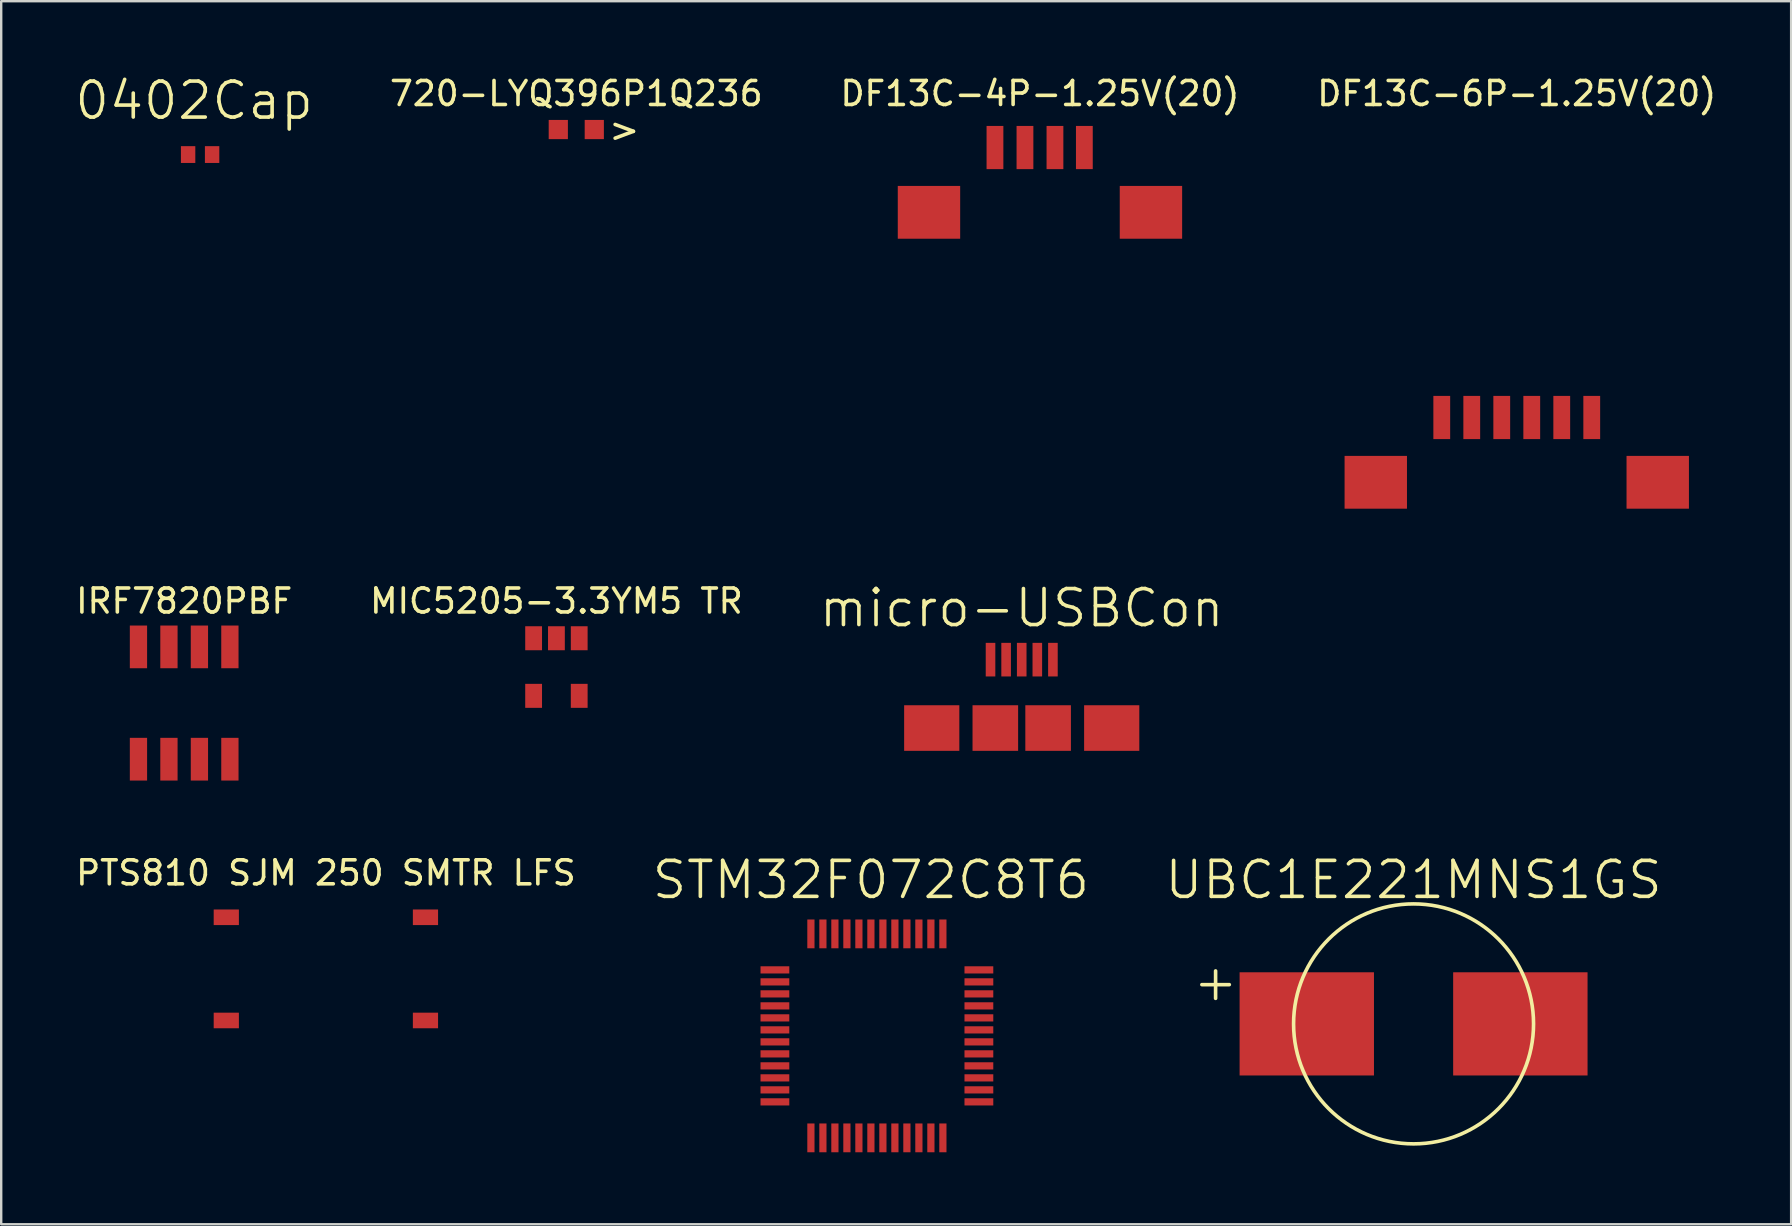
<source format=kicad_pcb>
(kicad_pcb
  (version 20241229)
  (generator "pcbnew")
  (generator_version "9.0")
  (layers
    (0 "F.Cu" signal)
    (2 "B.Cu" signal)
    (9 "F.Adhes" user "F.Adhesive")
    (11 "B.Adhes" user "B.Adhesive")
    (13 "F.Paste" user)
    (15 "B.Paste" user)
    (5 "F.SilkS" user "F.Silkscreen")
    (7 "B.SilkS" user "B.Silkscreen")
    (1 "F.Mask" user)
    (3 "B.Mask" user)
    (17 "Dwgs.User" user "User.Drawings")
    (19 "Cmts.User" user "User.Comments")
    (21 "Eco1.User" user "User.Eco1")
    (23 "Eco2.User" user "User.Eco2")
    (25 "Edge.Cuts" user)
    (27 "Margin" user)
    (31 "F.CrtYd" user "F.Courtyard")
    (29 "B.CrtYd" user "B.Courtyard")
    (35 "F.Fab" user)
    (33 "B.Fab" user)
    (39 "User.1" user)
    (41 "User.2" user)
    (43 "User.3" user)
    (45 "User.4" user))
  (footprint "STM32F072C8T6"
    (layer "F.Cu")
    (at 33.492 40.117)
    (property "Reference" "STM32F072C8T6" (at -0.25 -6.5 0) (layer "F.SilkS") (effects (font (size 1.5 1.5) (thickness 0.15))))
    (attr through_hole)
    (pad "1" smd rect (at -4.25 -2.75) (size 1.2 0.3) (layers "F.Cu" "F.Mask" "F.Paste"))
    (pad "2" smd rect (at -4.25 -2.25) (size 1.2 0.3) (layers "F.Cu" "F.Mask" "F.Paste"))
    (pad "3" smd rect (at -4.25 -1.75) (size 1.2 0.3) (layers "F.Cu" "F.Mask" "F.Paste"))
    (pad "4" smd rect (at -4.25 -1.25) (size 1.2 0.3) (layers "F.Cu" "F.Mask" "F.Paste"))
    (pad "5" smd rect (at -4.25 -0.75) (size 1.2 0.3) (layers "F.Cu" "F.Mask" "F.Paste"))
    (pad "6" smd rect (at -4.25 -0.25) (size 1.2 0.3) (layers "F.Cu" "F.Mask" "F.Paste"))
    (pad "7" smd rect (at -4.25 0.25) (size 1.2 0.3) (layers "F.Cu" "F.Mask" "F.Paste"))
    (pad "8" smd rect (at -4.25 0.75) (size 1.2 0.3) (layers "F.Cu" "F.Mask" "F.Paste"))
    (pad "9" smd rect (at -4.25 1.25) (size 1.2 0.3) (layers "F.Cu" "F.Mask" "F.Paste"))
    (pad "10" smd rect (at -4.25 1.75) (size 1.2 0.3) (layers "F.Cu" "F.Mask" "F.Paste"))
    (pad "11" smd rect (at -4.25 2.25) (size 1.2 0.3) (layers "F.Cu" "F.Mask" "F.Paste"))
    (pad "12" smd rect (at -4.25 2.75) (size 1.2 0.3) (layers "F.Cu" "F.Mask" "F.Paste"))
    (pad "13" smd rect (at -2.75 4.25) (size 0.3 1.2) (layers "F.Cu" "F.Mask" "F.Paste"))
    (pad "14" smd rect (at -2.25 4.25) (size 0.3 1.2) (layers "F.Cu" "F.Mask" "F.Paste"))
    (pad "15" smd rect (at -1.75 4.25) (size 0.3 1.2) (layers "F.Cu" "F.Mask" "F.Paste"))
    (pad "16" smd rect (at -1.25 4.25) (size 0.3 1.2) (layers "F.Cu" "F.Mask" "F.Paste"))
    (pad "17" smd rect (at -0.75 4.25) (size 0.3 1.2) (layers "F.Cu" "F.Mask" "F.Paste"))
    (pad "18" smd rect (at -0.25 4.25) (size 0.3 1.2) (layers "F.Cu" "F.Mask" "F.Paste"))
    (pad "19" smd rect (at 0.25 4.25) (size 0.3 1.2) (layers "F.Cu" "F.Mask" "F.Paste"))
    (pad "20" smd rect (at 0.75 4.25) (size 0.3 1.2) (layers "F.Cu" "F.Mask" "F.Paste"))
    (pad "21" smd rect (at 1.25 4.25) (size 0.3 1.2) (layers "F.Cu" "F.Mask" "F.Paste"))
    (pad "22" smd rect (at 1.75 4.25) (size 0.3 1.2) (layers "F.Cu" "F.Mask" "F.Paste"))
    (pad "23" smd rect (at 2.25 4.25) (size 0.3 1.2) (layers "F.Cu" "F.Mask" "F.Paste"))
    (pad "24" smd rect (at 2.75 4.25) (size 0.3 1.2) (layers "F.Cu" "F.Mask" "F.Paste"))
    (pad "25" smd rect (at 4.25 2.75) (size 1.2 0.3) (layers "F.Cu" "F.Mask" "F.Paste"))
    (pad "26" smd rect (at 4.25 2.25) (size 1.2 0.3) (layers "F.Cu" "F.Mask" "F.Paste"))
    (pad "27" smd rect (at 4.25 1.75) (size 1.2 0.3) (layers "F.Cu" "F.Mask" "F.Paste"))
    (pad "28" smd rect (at 4.25 1.25) (size 1.2 0.3) (layers "F.Cu" "F.Mask" "F.Paste"))
    (pad "29" smd rect (at 4.25 0.75) (size 1.2 0.3) (layers "F.Cu" "F.Mask" "F.Paste"))
    (pad "30" smd rect (at 4.25 0.25) (size 1.2 0.3) (layers "F.Cu" "F.Mask" "F.Paste"))
    (pad "31" smd rect (at 4.25 -0.25) (size 1.2 0.3) (layers "F.Cu" "F.Mask" "F.Paste"))
    (pad "32" smd rect (at 4.25 -0.75) (size 1.2 0.3) (layers "F.Cu" "F.Mask" "F.Paste"))
    (pad "33" smd rect (at 4.25 -1.25) (size 1.2 0.3) (layers "F.Cu" "F.Mask" "F.Paste"))
    (pad "34" smd rect (at 4.25 -1.75) (size 1.2 0.3) (layers "F.Cu" "F.Mask" "F.Paste"))
    (pad "35" smd rect (at 4.25 -2.25) (size 1.2 0.3) (layers "F.Cu" "F.Mask" "F.Paste"))
    (pad "36" smd rect (at 4.25 -2.75) (size 1.2 0.3) (layers "F.Cu" "F.Mask" "F.Paste"))
    (pad "37" smd rect (at 2.75 -4.25) (size 0.3 1.2) (layers "F.Cu" "F.Mask" "F.Paste"))
    (pad "38" smd rect (at 2.25 -4.25) (size 0.3 1.2) (layers "F.Cu" "F.Mask" "F.Paste"))
    (pad "39" smd rect (at 1.75 -4.25) (size 0.3 1.2) (layers "F.Cu" "F.Mask" "F.Paste"))
    (pad "40" smd rect (at 1.25 -4.25) (size 0.3 1.2) (layers "F.Cu" "F.Mask" "F.Paste"))
    (pad "41" smd rect (at 0.75 -4.25) (size 0.3 1.2) (layers "F.Cu" "F.Mask" "F.Paste"))
    (pad "42" smd rect (at 0.25 -4.25) (size 0.3 1.2) (layers "F.Cu" "F.Mask" "F.Paste"))
    (pad "43" smd rect (at -0.25 -4.25) (size 0.3 1.2) (layers "F.Cu" "F.Mask" "F.Paste"))
    (pad "44" smd rect (at -0.75 -4.25) (size 0.3 1.2) (layers "F.Cu" "F.Mask" "F.Paste"))
    (pad "45" smd rect (at -1.25 -4.25) (size 0.3 1.2) (layers "F.Cu" "F.Mask" "F.Paste"))
    (pad "46" smd rect (at -1.75 -4.25) (size 0.3 1.2) (layers "F.Cu" "F.Mask" "F.Paste"))
    (pad "47" smd rect (at -2.25 -4.25) (size 0.3 1.2) (layers "F.Cu" "F.Mask" "F.Paste"))
    (pad "48" smd rect (at -2.75 -4.25) (size 0.3 1.2) (layers "F.Cu" "F.Mask" "F.Paste")))
  (footprint "micro-USBCon"
    (layer "F.Cu")
    (at 39.527 27.289)
    (property "Reference" "micro-USBCon" (at 0 -5 0) (layer "F.SilkS") (effects (font (size 1.5 1.5) (thickness 0.15))))
    (attr through_hole)
    (pad "1" smd rect (at -1.3 -2.85) (size 0.4 1.4) (layers "F.Cu" "F.Mask" "F.Paste"))
    (pad "2" smd rect (at -0.65 -2.85) (size 0.4 1.4) (layers "F.Cu" "F.Mask" "F.Paste"))
    (pad "3" smd rect (at 0 -2.85) (size 0.4 1.4) (layers "F.Cu" "F.Mask" "F.Paste"))
    (pad "4" smd rect (at 0.65 -2.85) (size 0.4 1.4) (layers "F.Cu" "F.Mask" "F.Paste"))
    (pad "5" smd rect (at 1.3 -2.85) (size 0.4 1.4) (layers "F.Cu" "F.Mask" "F.Paste"))
    (pad "10" smd rect (at -3.75 0) (size 2.3 1.9) (layers "F.Cu" "F.Mask" "F.Paste"))
    (pad "11" smd rect (at -1.1 0) (size 1.9 1.9) (layers "F.Cu" "F.Mask" "F.Paste"))
    (pad "12" smd rect (at 1.1 0) (size 1.9 1.9) (layers "F.Cu" "F.Mask" "F.Paste"))
    (pad "13" smd rect (at 3.75 0) (size 2.3 1.9) (layers "F.Cu" "F.Mask" "F.Paste")))
  (footprint "PTS810 SJM 250 SMTR LFS"
    (layer "F.Cu")
    (at 10.53 37.325)
    (property "Reference" "PTS810 SJM 250 SMTR LFS" (at 0 -4 0) (layer "F.SilkS") (effects (font (size 1 1) (thickness 0.15))))
    (attr through_hole)
    (pad "1" smd rect (at -4.15 -2.15) (size 1.05 0.65) (layers "F.Cu" "F.Mask" "F.Paste"))
    (pad "1" smd rect (at 4.15 -2.15) (size 1.05 0.65) (layers "F.Cu" "F.Mask" "F.Paste"))
    (pad "2" smd rect (at -4.15 2.15) (size 1.05 0.65) (layers "F.Cu" "F.Mask" "F.Paste"))
    (pad "2" smd rect (at 4.15 2.15) (size 1.05 0.65) (layers "F.Cu" "F.Mask" "F.Paste")))
  (footprint "DF13C-6P-1.25V(20)"
    (layer "F.Cu")
    (at 60.156 14.348)
    (property "Reference" "DF13C-6P-1.25V(20)" (at 0 -13.5 0) (layer "F.SilkS") (effects (font (size 1 1) (thickness 0.15))))
    (attr through_hole)
    (pad "1" smd rect (at 3.125 0) (size 0.7 1.8) (layers "F.Cu" "F.Mask" "F.Paste"))
    (pad "2" smd rect (at 1.875 0) (size 0.7 1.8) (layers "F.Cu" "F.Mask" "F.Paste"))
    (pad "3" smd rect (at 0.625 0) (size 0.7 1.8) (layers "F.Cu" "F.Mask" "F.Paste"))
    (pad "4" smd rect (at -0.625 0) (size 0.7 1.8) (layers "F.Cu" "F.Mask" "F.Paste"))
    (pad "5" smd rect (at -1.875 0) (size 0.7 1.8) (layers "F.Cu" "F.Mask" "F.Paste"))
    (pad "6" smd rect (at -3.125 0) (size 0.7 1.8) (layers "F.Cu" "F.Mask" "F.Paste"))
    (pad "14" smd rect (at 5.875 2.7) (size 2.6 2.2) (layers "F.Cu" "F.Mask" "F.Paste"))
    (pad "15" smd rect (at -5.875 2.7) (size 2.6 2.2) (layers "F.Cu" "F.Mask" "F.Paste")))
  (footprint "720-LYQ396P1Q236"
    (layer "F.Cu")
    (at 20.965 2.348)
    (property "Reference" "720-LYQ396P1Q236" (at 0 -1.5 0) (layer "F.SilkS") (effects (font (size 1 1) (thickness 0.15))))
    (attr through_hole)
    (fp_text user ">" (at 2 0 0) (layer "F.SilkS") (effects (font (size 1 1) (thickness 0.15))))
    (pad "1" smd rect (at -0.75 0) (size 0.8 0.8) (layers "F.Cu" "F.Mask" "F.Paste"))
    (pad "2" smd rect (at 0.75 0) (size 0.8 0.8) (layers "F.Cu" "F.Mask" "F.Paste")))
  (footprint "0402Cap"
    (layer "F.Cu")
    (at 5.289 3.391)
    (property "Reference" "0402Cap" (at -0.25 -2.25 0) (layer "F.SilkS") (effects (font (size 1.5 1.5) (thickness 0.15))))
    (attr through_hole)
    (pad "1" smd rect (at -0.5 0) (size 0.6 0.7) (layers "F.Cu" "F.Mask" "F.Paste"))
    (pad "2" smd rect (at 0.5 0) (size 0.6 0.7) (layers "F.Cu" "F.Mask" "F.Paste")))
  (footprint "UBC1E221MNS1GS"
    (layer "F.Cu")
    (at 55.856 39.617)
    (property "Reference" "UBC1E221MNS1GS" (at 0 -6 0) (layer "F.SilkS") (effects (font (size 1.5 1.5) (thickness 0.15))))
    (attr through_hole)
    (fp_circle (center 0 0) (end 5 0) (stroke (width 0.15) (type solid)) (fill no) (layer "F.SilkS"))
    (fp_text user "+" (at -8.25 -1.75 0) (layer "F.SilkS") (effects (font (size 1.5 1.5) (thickness 0.15))))
    (pad "1" smd rect (at -4.45 0) (size 5.6 4.3) (layers "F.Cu" "F.Mask" "F.Paste"))
    (pad "2" smd rect (at 4.45 0) (size 5.6 4.3) (layers "F.Cu" "F.Mask" "F.Paste")))
  (footprint "DF13C-4P-1.25V(20)"
    (layer "F.Cu")
    (at 40.287 3.098)
    (property "Reference" "DF13C-4P-1.25V(20)" (at 0 -2.25 0) (layer "F.SilkS") (effects (font (size 1 1) (thickness 0.15))))
    (attr through_hole)
    (pad "1" smd rect (at 1.85 0) (size 0.7 1.8) (layers "F.Cu" "F.Mask" "F.Paste"))
    (pad "2" smd rect (at 0.625 0) (size 0.7 1.8) (layers "F.Cu" "F.Mask" "F.Paste"))
    (pad "3" smd rect (at -0.625 0) (size 0.7 1.8) (layers "F.Cu" "F.Mask" "F.Paste"))
    (pad "4" smd rect (at -1.875 0) (size 0.7 1.8) (layers "F.Cu" "F.Mask" "F.Paste"))
    (pad "5" smd rect (at 4.625 2.7) (size 2.6 2.2) (layers "F.Cu" "F.Mask" "F.Paste"))
    (pad "6" smd rect (at -4.625 2.7) (size 2.6 2.2) (layers "F.Cu" "F.Mask" "F.Paste")))
  (footprint "IRF7820PBF"
    (layer "F.Cu")
    (at 4.625 26.247)
    (property "Reference" "IRF7820PBF" (at 0 -4.25 0) (layer "F.SilkS") (effects (font (size 1 1) (thickness 0.15))))
    (attr through_hole)
    (pad "D" smd rect (at -1.905 -2.34) (size 0.72 1.78) (layers "F.Cu" "F.Mask" "F.Paste"))
    (pad "D" smd rect (at -0.635 -2.34) (size 0.72 1.78) (layers "F.Cu" "F.Mask" "F.Paste"))
    (pad "D" smd rect (at 0.635 -2.34) (size 0.72 1.78) (layers "F.Cu" "F.Mask" "F.Paste"))
    (pad "D" smd rect (at 1.905 -2.34) (size 0.72 1.78) (layers "F.Cu" "F.Mask" "F.Paste"))
    (pad "G" smd rect (at 1.905 2.34) (size 0.72 1.78) (layers "F.Cu" "F.Mask" "F.Paste"))
    (pad "S" smd rect (at -1.905 2.34) (size 0.72 1.78) (layers "F.Cu" "F.Mask" "F.Paste"))
    (pad "S" smd rect (at -0.635 2.34) (size 0.72 1.78) (layers "F.Cu" "F.Mask" "F.Paste"))
    (pad "S" smd rect (at 0.635 2.34) (size 0.72 1.78) (layers "F.Cu" "F.Mask" "F.Paste")))
  (footprint "MIC5205-3.3YM5 TR"
    (layer "F.Cu")
    (at 20.137 24.747)
    (property "Reference" "MIC5205-3.3YM5 TR" (at 0 -2.75 0) (layer "F.SilkS") (effects (font (size 1 1) (thickness 0.15))))
    (attr through_hole)
    (pad "1" smd rect (at 0.95 -1.2) (size 0.7 1) (layers "F.Cu" "F.Mask" "F.Paste"))
    (pad "2" smd rect (at 0 -1.2) (size 0.7 1) (layers "F.Cu" "F.Mask" "F.Paste"))
    (pad "3" smd rect (at -0.95 -1.2) (size 0.7 1) (layers "F.Cu" "F.Mask" "F.Paste"))
    (pad "4" smd rect (at -0.95 1.2) (size 0.7 1) (layers "F.Cu" "F.Mask" "F.Paste"))
    (pad "5" smd rect (at 0.95 1.2) (size 0.7 1) (layers "F.Cu" "F.Mask" "F.Paste")))
  (gr_rect
    (start -3 -3)
    (end 71.59 47.967)
    (stroke (width 0.1) (type default))
    (fill no)
    (layer "Edge.Cuts")))
</source>
